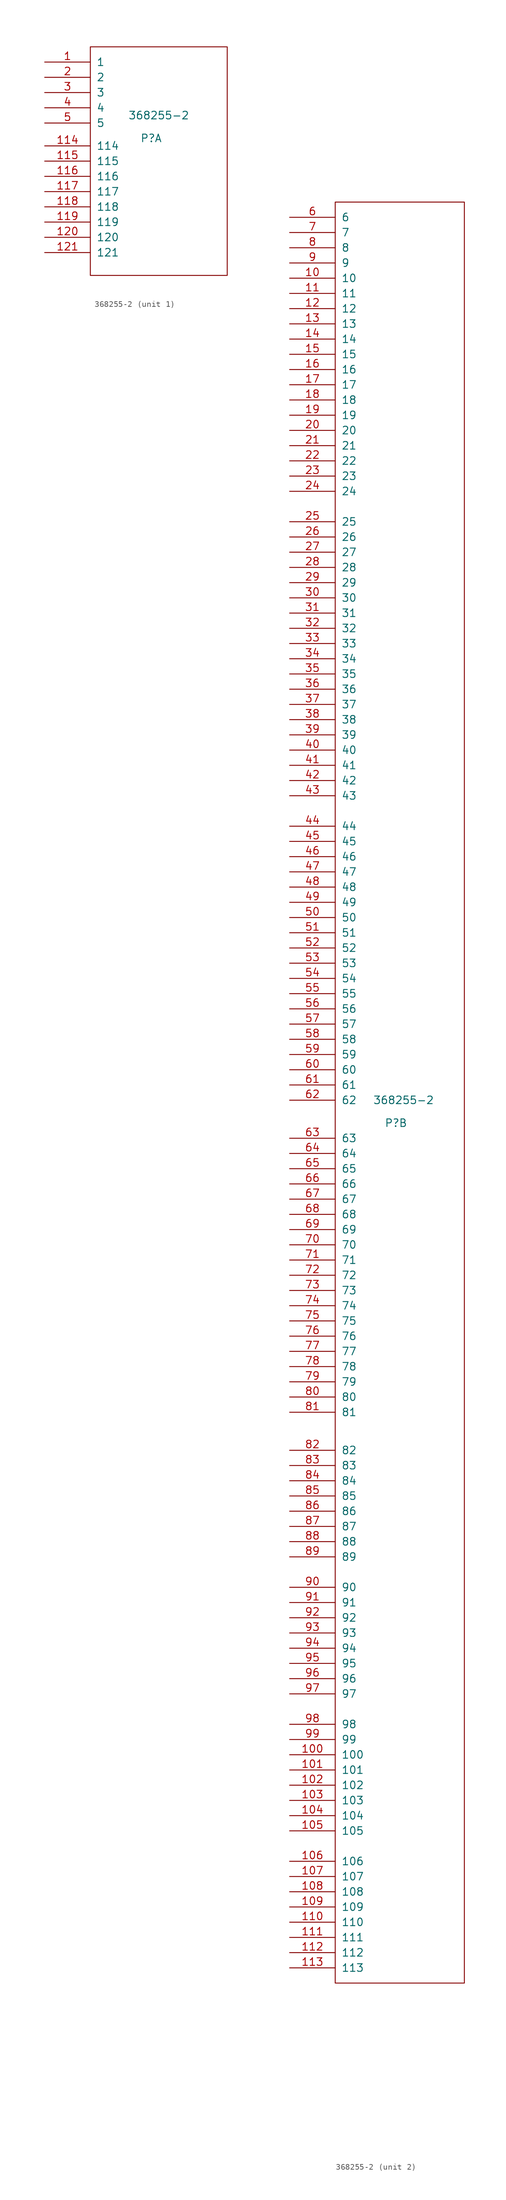
<source format=kicad_sym>
(kicad_symbol_lib
  (version 20231120)
  (generator "kicad_symbol_editor")
  (generator_version "8.0")
  (symbol "368255-2"
    (pin_names
      (offset 1.016))
    (property "Reference" "P"
      (at -1.27 0 0)
      (effects (font (size 1.27 1.27))))
    (property "Value" "368255-2"
      (at 0 3.81 0)
      (effects (font (size 1.27 1.27))))
    (symbol "368255-2_1_0"
      (rectangle (start -11.43 -22.86) (end 11.43 15.24) (stroke (width 0) (type default)) (fill (type none))))
    (symbol "368255-2_1_1"
      (pin passive line (at -19.05 12.7 0) (length 7.62) (name "1" (effects (font (size 1.27 1.27)))) (number "1" (effects (font (size 1.27 1.27)))))
      (pin passive line (at -19.05 -1.27 0) (length 7.62) (name "114" (effects (font (size 1.27 1.27)))) (number "114" (effects (font (size 1.27 1.27)))))
      (pin passive line (at -19.05 -3.81 0) (length 7.62) (name "115" (effects (font (size 1.27 1.27)))) (number "115" (effects (font (size 1.27 1.27)))))
      (pin passive line (at -19.05 -6.35 0) (length 7.62) (name "116" (effects (font (size 1.27 1.27)))) (number "116" (effects (font (size 1.27 1.27)))))
      (pin passive line (at -19.05 -8.89 0) (length 7.62) (name "117" (effects (font (size 1.27 1.27)))) (number "117" (effects (font (size 1.27 1.27)))))
      (pin passive line (at -19.05 -11.43 0) (length 7.62) (name "118" (effects (font (size 1.27 1.27)))) (number "118" (effects (font (size 1.27 1.27)))))
      (pin passive line (at -19.05 -13.97 0) (length 7.62) (name "119" (effects (font (size 1.27 1.27)))) (number "119" (effects (font (size 1.27 1.27)))))
      (pin passive line (at -19.05 -16.51 0) (length 7.62) (name "120" (effects (font (size 1.27 1.27)))) (number "120" (effects (font (size 1.27 1.27)))))
      (pin passive line (at -19.05 -19.05 0) (length 7.62) (name "121" (effects (font (size 1.27 1.27)))) (number "121" (effects (font (size 1.27 1.27)))))
      (pin passive line (at -19.05 10.16 0) (length 7.62) (name "2" (effects (font (size 1.27 1.27)))) (number "2" (effects (font (size 1.27 1.27)))))
      (pin passive line (at -19.05 7.62 0) (length 7.62) (name "3" (effects (font (size 1.27 1.27)))) (number "3" (effects (font (size 1.27 1.27)))))
      (pin passive line (at -19.05 5.08 0) (length 7.62) (name "4" (effects (font (size 1.27 1.27)))) (number "4" (effects (font (size 1.27 1.27)))))
      (pin passive line (at -19.05 2.54 0) (length 7.62) (name "5" (effects (font (size 1.27 1.27)))) (number "5" (effects (font (size 1.27 1.27))))))
    (symbol "368255-2_2_1"
      (rectangle (start -11.43 -143.51) (end 10.16 153.67) (stroke (width 0) (type default)) (fill (type none)))
      (pin passive line (at -19.05 140.97 0) (length 7.62) (name "10" (effects (font (size 1.27 1.27)))) (number "10" (effects (font (size 1.27 1.27)))))
      (pin passive line (at -19.05 -105.41 0) (length 7.62) (name "100" (effects (font (size 1.27 1.27)))) (number "100" (effects (font (size 1.27 1.27)))))
      (pin passive line (at -19.05 -107.95 0) (length 7.62) (name "101" (effects (font (size 1.27 1.27)))) (number "101" (effects (font (size 1.27 1.27)))))
      (pin passive line (at -19.05 -110.49 0) (length 7.62) (name "102" (effects (font (size 1.27 1.27)))) (number "102" (effects (font (size 1.27 1.27)))))
      (pin passive line (at -19.05 -113.03 0) (length 7.62) (name "103" (effects (font (size 1.27 1.27)))) (number "103" (effects (font (size 1.27 1.27)))))
      (pin passive line (at -19.05 -115.57 0) (length 7.62) (name "104" (effects (font (size 1.27 1.27)))) (number "104" (effects (font (size 1.27 1.27)))))
      (pin passive line (at -19.05 -118.11 0) (length 7.62) (name "105" (effects (font (size 1.27 1.27)))) (number "105" (effects (font (size 1.27 1.27)))))
      (pin passive line (at -19.05 -123.19 0) (length 7.62) (name "106" (effects (font (size 1.27 1.27)))) (number "106" (effects (font (size 1.27 1.27)))))
      (pin passive line (at -19.05 -125.73 0) (length 7.62) (name "107" (effects (font (size 1.27 1.27)))) (number "107" (effects (font (size 1.27 1.27)))))
      (pin passive line (at -19.05 -128.27 0) (length 7.62) (name "108" (effects (font (size 1.27 1.27)))) (number "108" (effects (font (size 1.27 1.27)))))
      (pin passive line (at -19.05 -130.81 0) (length 7.62) (name "109" (effects (font (size 1.27 1.27)))) (number "109" (effects (font (size 1.27 1.27)))))
      (pin passive line (at -19.05 138.43 0) (length 7.62) (name "11" (effects (font (size 1.27 1.27)))) (number "11" (effects (font (size 1.27 1.27)))))
      (pin passive line (at -19.05 -133.35 0) (length 7.62) (name "110" (effects (font (size 1.27 1.27)))) (number "110" (effects (font (size 1.27 1.27)))))
      (pin passive line (at -19.05 -135.89 0) (length 7.62) (name "111" (effects (font (size 1.27 1.27)))) (number "111" (effects (font (size 1.27 1.27)))))
      (pin passive line (at -19.05 -138.43 0) (length 7.62) (name "112" (effects (font (size 1.27 1.27)))) (number "112" (effects (font (size 1.27 1.27)))))
      (pin passive line (at -19.05 -140.97 0) (length 7.62) (name "113" (effects (font (size 1.27 1.27)))) (number "113" (effects (font (size 1.27 1.27)))))
      (pin passive line (at -19.05 135.89 0) (length 7.62) (name "12" (effects (font (size 1.27 1.27)))) (number "12" (effects (font (size 1.27 1.27)))))
      (pin passive line (at -19.05 133.35 0) (length 7.62) (name "13" (effects (font (size 1.27 1.27)))) (number "13" (effects (font (size 1.27 1.27)))))
      (pin passive line (at -19.05 130.81 0) (length 7.62) (name "14" (effects (font (size 1.27 1.27)))) (number "14" (effects (font (size 1.27 1.27)))))
      (pin passive line (at -19.05 128.27 0) (length 7.62) (name "15" (effects (font (size 1.27 1.27)))) (number "15" (effects (font (size 1.27 1.27)))))
      (pin passive line (at -19.05 125.73 0) (length 7.62) (name "16" (effects (font (size 1.27 1.27)))) (number "16" (effects (font (size 1.27 1.27)))))
      (pin passive line (at -19.05 123.19 0) (length 7.62) (name "17" (effects (font (size 1.27 1.27)))) (number "17" (effects (font (size 1.27 1.27)))))
      (pin passive line (at -19.05 120.65 0) (length 7.62) (name "18" (effects (font (size 1.27 1.27)))) (number "18" (effects (font (size 1.27 1.27)))))
      (pin passive line (at -19.05 118.11 0) (length 7.62) (name "19" (effects (font (size 1.27 1.27)))) (number "19" (effects (font (size 1.27 1.27)))))
      (pin passive line (at -19.05 115.57 0) (length 7.62) (name "20" (effects (font (size 1.27 1.27)))) (number "20" (effects (font (size 1.27 1.27)))))
      (pin passive line (at -19.05 113.03 0) (length 7.62) (name "21" (effects (font (size 1.27 1.27)))) (number "21" (effects (font (size 1.27 1.27)))))
      (pin passive line (at -19.05 110.49 0) (length 7.62) (name "22" (effects (font (size 1.27 1.27)))) (number "22" (effects (font (size 1.27 1.27)))))
      (pin passive line (at -19.05 107.95 0) (length 7.62) (name "23" (effects (font (size 1.27 1.27)))) (number "23" (effects (font (size 1.27 1.27)))))
      (pin passive line (at -19.05 105.41 0) (length 7.62) (name "24" (effects (font (size 1.27 1.27)))) (number "24" (effects (font (size 1.27 1.27)))))
      (pin passive line (at -19.05 100.33 0) (length 7.62) (name "25" (effects (font (size 1.27 1.27)))) (number "25" (effects (font (size 1.27 1.27)))))
      (pin passive line (at -19.05 97.79 0) (length 7.62) (name "26" (effects (font (size 1.27 1.27)))) (number "26" (effects (font (size 1.27 1.27)))))
      (pin passive line (at -19.05 95.25 0) (length 7.62) (name "27" (effects (font (size 1.27 1.27)))) (number "27" (effects (font (size 1.27 1.27)))))
      (pin passive line (at -19.05 92.71 0) (length 7.62) (name "28" (effects (font (size 1.27 1.27)))) (number "28" (effects (font (size 1.27 1.27)))))
      (pin passive line (at -19.05 90.17 0) (length 7.62) (name "29" (effects (font (size 1.27 1.27)))) (number "29" (effects (font (size 1.27 1.27)))))
      (pin passive line (at -19.05 87.63 0) (length 7.62) (name "30" (effects (font (size 1.27 1.27)))) (number "30" (effects (font (size 1.27 1.27)))))
      (pin passive line (at -19.05 85.09 0) (length 7.62) (name "31" (effects (font (size 1.27 1.27)))) (number "31" (effects (font (size 1.27 1.27)))))
      (pin passive line (at -19.05 82.55 0) (length 7.62) (name "32" (effects (font (size 1.27 1.27)))) (number "32" (effects (font (size 1.27 1.27)))))
      (pin passive line (at -19.05 80.01 0) (length 7.62) (name "33" (effects (font (size 1.27 1.27)))) (number "33" (effects (font (size 1.27 1.27)))))
      (pin passive line (at -19.05 77.47 0) (length 7.62) (name "34" (effects (font (size 1.27 1.27)))) (number "34" (effects (font (size 1.27 1.27)))))
      (pin passive line (at -19.05 74.93 0) (length 7.62) (name "35" (effects (font (size 1.27 1.27)))) (number "35" (effects (font (size 1.27 1.27)))))
      (pin passive line (at -19.05 72.39 0) (length 7.62) (name "36" (effects (font (size 1.27 1.27)))) (number "36" (effects (font (size 1.27 1.27)))))
      (pin passive line (at -19.05 69.85 0) (length 7.62) (name "37" (effects (font (size 1.27 1.27)))) (number "37" (effects (font (size 1.27 1.27)))))
      (pin passive line (at -19.05 67.31 0) (length 7.62) (name "38" (effects (font (size 1.27 1.27)))) (number "38" (effects (font (size 1.27 1.27)))))
      (pin passive line (at -19.05 64.77 0) (length 7.62) (name "39" (effects (font (size 1.27 1.27)))) (number "39" (effects (font (size 1.27 1.27)))))
      (pin passive line (at -19.05 62.23 0) (length 7.62) (name "40" (effects (font (size 1.27 1.27)))) (number "40" (effects (font (size 1.27 1.27)))))
      (pin passive line (at -19.05 59.69 0) (length 7.62) (name "41" (effects (font (size 1.27 1.27)))) (number "41" (effects (font (size 1.27 1.27)))))
      (pin passive line (at -19.05 57.15 0) (length 7.62) (name "42" (effects (font (size 1.27 1.27)))) (number "42" (effects (font (size 1.27 1.27)))))
      (pin passive line (at -19.05 54.61 0) (length 7.62) (name "43" (effects (font (size 1.27 1.27)))) (number "43" (effects (font (size 1.27 1.27)))))
      (pin passive line (at -19.05 49.53 0) (length 7.62) (name "44" (effects (font (size 1.27 1.27)))) (number "44" (effects (font (size 1.27 1.27)))))
      (pin passive line (at -19.05 46.99 0) (length 7.62) (name "45" (effects (font (size 1.27 1.27)))) (number "45" (effects (font (size 1.27 1.27)))))
      (pin passive line (at -19.05 44.45 0) (length 7.62) (name "46" (effects (font (size 1.27 1.27)))) (number "46" (effects (font (size 1.27 1.27)))))
      (pin passive line (at -19.05 41.91 0) (length 7.62) (name "47" (effects (font (size 1.27 1.27)))) (number "47" (effects (font (size 1.27 1.27)))))
      (pin passive line (at -19.05 39.37 0) (length 7.62) (name "48" (effects (font (size 1.27 1.27)))) (number "48" (effects (font (size 1.27 1.27)))))
      (pin passive line (at -19.05 36.83 0) (length 7.62) (name "49" (effects (font (size 1.27 1.27)))) (number "49" (effects (font (size 1.27 1.27)))))
      (pin passive line (at -19.05 34.29 0) (length 7.62) (name "50" (effects (font (size 1.27 1.27)))) (number "50" (effects (font (size 1.27 1.27)))))
      (pin passive line (at -19.05 31.75 0) (length 7.62) (name "51" (effects (font (size 1.27 1.27)))) (number "51" (effects (font (size 1.27 1.27)))))
      (pin passive line (at -19.05 29.21 0) (length 7.62) (name "52" (effects (font (size 1.27 1.27)))) (number "52" (effects (font (size 1.27 1.27)))))
      (pin passive line (at -19.05 26.67 0) (length 7.62) (name "53" (effects (font (size 1.27 1.27)))) (number "53" (effects (font (size 1.27 1.27)))))
      (pin passive line (at -19.05 24.13 0) (length 7.62) (name "54" (effects (font (size 1.27 1.27)))) (number "54" (effects (font (size 1.27 1.27)))))
      (pin passive line (at -19.05 21.59 0) (length 7.62) (name "55" (effects (font (size 1.27 1.27)))) (number "55" (effects (font (size 1.27 1.27)))))
      (pin passive line (at -19.05 19.05 0) (length 7.62) (name "56" (effects (font (size 1.27 1.27)))) (number "56" (effects (font (size 1.27 1.27)))))
      (pin passive line (at -19.05 16.51 0) (length 7.62) (name "57" (effects (font (size 1.27 1.27)))) (number "57" (effects (font (size 1.27 1.27)))))
      (pin passive line (at -19.05 13.97 0) (length 7.62) (name "58" (effects (font (size 1.27 1.27)))) (number "58" (effects (font (size 1.27 1.27)))))
      (pin passive line (at -19.05 11.43 0) (length 7.62) (name "59" (effects (font (size 1.27 1.27)))) (number "59" (effects (font (size 1.27 1.27)))))
      (pin passive line (at -19.05 151.13 0) (length 7.62) (name "6" (effects (font (size 1.27 1.27)))) (number "6" (effects (font (size 1.27 1.27)))))
      (pin passive line (at -19.05 8.89 0) (length 7.62) (name "60" (effects (font (size 1.27 1.27)))) (number "60" (effects (font (size 1.27 1.27)))))
      (pin passive line (at -19.05 6.35 0) (length 7.62) (name "61" (effects (font (size 1.27 1.27)))) (number "61" (effects (font (size 1.27 1.27)))))
      (pin passive line (at -19.05 3.81 0) (length 7.62) (name "62" (effects (font (size 1.27 1.27)))) (number "62" (effects (font (size 1.27 1.27)))))
      (pin passive line (at -19.05 -2.54 0) (length 7.62) (name "63" (effects (font (size 1.27 1.27)))) (number "63" (effects (font (size 1.27 1.27)))))
      (pin passive line (at -19.05 -5.08 0) (length 7.62) (name "64" (effects (font (size 1.27 1.27)))) (number "64" (effects (font (size 1.27 1.27)))))
      (pin passive line (at -19.05 -7.62 0) (length 7.62) (name "65" (effects (font (size 1.27 1.27)))) (number "65" (effects (font (size 1.27 1.27)))))
      (pin passive line (at -19.05 -10.16 0) (length 7.62) (name "66" (effects (font (size 1.27 1.27)))) (number "66" (effects (font (size 1.27 1.27)))))
      (pin passive line (at -19.05 -12.7 0) (length 7.62) (name "67" (effects (font (size 1.27 1.27)))) (number "67" (effects (font (size 1.27 1.27)))))
      (pin passive line (at -19.05 -15.24 0) (length 7.62) (name "68" (effects (font (size 1.27 1.27)))) (number "68" (effects (font (size 1.27 1.27)))))
      (pin passive line (at -19.05 -17.78 0) (length 7.62) (name "69" (effects (font (size 1.27 1.27)))) (number "69" (effects (font (size 1.27 1.27)))))
      (pin passive line (at -19.05 148.59 0) (length 7.62) (name "7" (effects (font (size 1.27 1.27)))) (number "7" (effects (font (size 1.27 1.27)))))
      (pin passive line (at -19.05 -20.32 0) (length 7.62) (name "70" (effects (font (size 1.27 1.27)))) (number "70" (effects (font (size 1.27 1.27)))))
      (pin passive line (at -19.05 -22.86 0) (length 7.62) (name "71" (effects (font (size 1.27 1.27)))) (number "71" (effects (font (size 1.27 1.27)))))
      (pin passive line (at -19.05 -25.4 0) (length 7.62) (name "72" (effects (font (size 1.27 1.27)))) (number "72" (effects (font (size 1.27 1.27)))))
      (pin passive line (at -19.05 -27.94 0) (length 7.62) (name "73" (effects (font (size 1.27 1.27)))) (number "73" (effects (font (size 1.27 1.27)))))
      (pin passive line (at -19.05 -30.48 0) (length 7.62) (name "74" (effects (font (size 1.27 1.27)))) (number "74" (effects (font (size 1.27 1.27)))))
      (pin passive line (at -19.05 -33.02 0) (length 7.62) (name "75" (effects (font (size 1.27 1.27)))) (number "75" (effects (font (size 1.27 1.27)))))
      (pin passive line (at -19.05 -35.56 0) (length 7.62) (name "76" (effects (font (size 1.27 1.27)))) (number "76" (effects (font (size 1.27 1.27)))))
      (pin passive line (at -19.05 -38.1 0) (length 7.62) (name "77" (effects (font (size 1.27 1.27)))) (number "77" (effects (font (size 1.27 1.27)))))
      (pin passive line (at -19.05 -40.64 0) (length 7.62) (name "78" (effects (font (size 1.27 1.27)))) (number "78" (effects (font (size 1.27 1.27)))))
      (pin passive line (at -19.05 -43.18 0) (length 7.62) (name "79" (effects (font (size 1.27 1.27)))) (number "79" (effects (font (size 1.27 1.27)))))
      (pin passive line (at -19.05 146.05 0) (length 7.62) (name "8" (effects (font (size 1.27 1.27)))) (number "8" (effects (font (size 1.27 1.27)))))
      (pin passive line (at -19.05 -45.72 0) (length 7.62) (name "80" (effects (font (size 1.27 1.27)))) (number "80" (effects (font (size 1.27 1.27)))))
      (pin passive line (at -19.05 -48.26 0) (length 7.62) (name "81" (effects (font (size 1.27 1.27)))) (number "81" (effects (font (size 1.27 1.27)))))
      (pin passive line (at -19.05 -54.61 0) (length 7.62) (name "82" (effects (font (size 1.27 1.27)))) (number "82" (effects (font (size 1.27 1.27)))))
      (pin passive line (at -19.05 -57.15 0) (length 7.62) (name "83" (effects (font (size 1.27 1.27)))) (number "83" (effects (font (size 1.27 1.27)))))
      (pin passive line (at -19.05 -59.69 0) (length 7.62) (name "84" (effects (font (size 1.27 1.27)))) (number "84" (effects (font (size 1.27 1.27)))))
      (pin passive line (at -19.05 -62.23 0) (length 7.62) (name "85" (effects (font (size 1.27 1.27)))) (number "85" (effects (font (size 1.27 1.27)))))
      (pin passive line (at -19.05 -64.77 0) (length 7.62) (name "86" (effects (font (size 1.27 1.27)))) (number "86" (effects (font (size 1.27 1.27)))))
      (pin passive line (at -19.05 -67.31 0) (length 7.62) (name "87" (effects (font (size 1.27 1.27)))) (number "87" (effects (font (size 1.27 1.27)))))
      (pin passive line (at -19.05 -69.85 0) (length 7.62) (name "88" (effects (font (size 1.27 1.27)))) (number "88" (effects (font (size 1.27 1.27)))))
      (pin passive line (at -19.05 -72.39 0) (length 7.62) (name "89" (effects (font (size 1.27 1.27)))) (number "89" (effects (font (size 1.27 1.27)))))
      (pin passive line (at -19.05 143.51 0) (length 7.62) (name "9" (effects (font (size 1.27 1.27)))) (number "9" (effects (font (size 1.27 1.27)))))
      (pin passive line (at -19.05 -77.47 0) (length 7.62) (name "90" (effects (font (size 1.27 1.27)))) (number "90" (effects (font (size 1.27 1.27)))))
      (pin passive line (at -19.05 -80.01 0) (length 7.62) (name "91" (effects (font (size 1.27 1.27)))) (number "91" (effects (font (size 1.27 1.27)))))
      (pin passive line (at -19.05 -82.55 0) (length 7.62) (name "92" (effects (font (size 1.27 1.27)))) (number "92" (effects (font (size 1.27 1.27)))))
      (pin passive line (at -19.05 -85.09 0) (length 7.62) (name "93" (effects (font (size 1.27 1.27)))) (number "93" (effects (font (size 1.27 1.27)))))
      (pin passive line (at -19.05 -87.63 0) (length 7.62) (name "94" (effects (font (size 1.27 1.27)))) (number "94" (effects (font (size 1.27 1.27)))))
      (pin passive line (at -19.05 -90.17 0) (length 7.62) (name "95" (effects (font (size 1.27 1.27)))) (number "95" (effects (font (size 1.27 1.27)))))
      (pin passive line (at -19.05 -92.71 0) (length 7.62) (name "96" (effects (font (size 1.27 1.27)))) (number "96" (effects (font (size 1.27 1.27)))))
      (pin passive line (at -19.05 -95.25 0) (length 7.62) (name "97" (effects (font (size 1.27 1.27)))) (number "97" (effects (font (size 1.27 1.27)))))
      (pin passive line (at -19.05 -100.33 0) (length 7.62) (name "98" (effects (font (size 1.27 1.27)))) (number "98" (effects (font (size 1.27 1.27)))))
      (pin passive line (at -19.05 -102.87 0) (length 7.62) (name "99" (effects (font (size 1.27 1.27)))) (number "99" (effects (font (size 1.27 1.27))))))))
</source>
